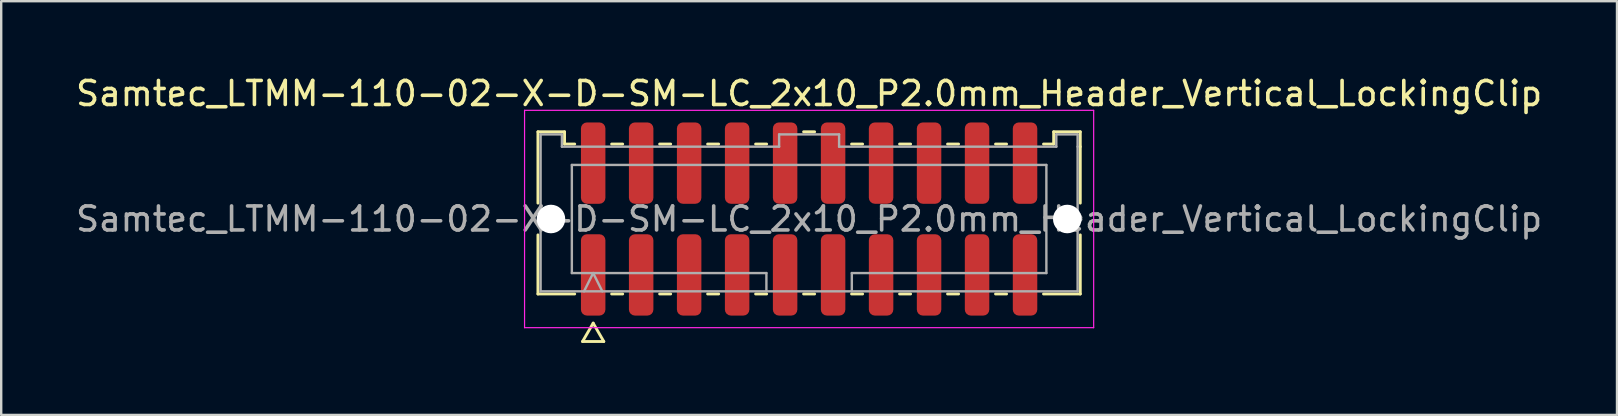
<source format=kicad_pcb>
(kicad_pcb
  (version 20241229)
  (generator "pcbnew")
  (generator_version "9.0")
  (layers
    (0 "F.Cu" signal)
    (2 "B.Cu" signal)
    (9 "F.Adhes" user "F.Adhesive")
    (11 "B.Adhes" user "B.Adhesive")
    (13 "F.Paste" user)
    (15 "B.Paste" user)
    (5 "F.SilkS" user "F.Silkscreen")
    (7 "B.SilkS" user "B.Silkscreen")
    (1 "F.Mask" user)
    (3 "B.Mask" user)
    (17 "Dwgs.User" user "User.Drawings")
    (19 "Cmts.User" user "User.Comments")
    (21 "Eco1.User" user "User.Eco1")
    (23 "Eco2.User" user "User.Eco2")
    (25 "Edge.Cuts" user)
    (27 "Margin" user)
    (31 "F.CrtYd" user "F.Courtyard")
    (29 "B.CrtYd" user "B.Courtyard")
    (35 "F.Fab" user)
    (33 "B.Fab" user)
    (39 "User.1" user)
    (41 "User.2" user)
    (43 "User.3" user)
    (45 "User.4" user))
  (footprint "Samtec_LTMM-110-02-X-D-SM-LC_2x10_P2.0mm_Header_Vertical_LockingClip"
    (layer "F.Cu")
    (at 30.673 6.078)
    (property "Reference" "Samtec_LTMM-110-02-X-D-SM-LC_2x10_P2.0mm_Header_Vertical_LockingClip" (at 0 -5.23 0) (layer "F.SilkS") (effects (font (size 1 1) (thickness 0.15))))
    (attr smd)
    (fp_line (start -11.302 -3.635) (end -10.193 -3.635) (stroke (width 0.12) (type solid)) (layer "F.SilkS"))
    (fp_line (start -11.302 -0.662) (end -11.302 -3.635) (stroke (width 0.12) (type solid)) (layer "F.SilkS"))
    (fp_line (start -11.302 3.125) (end -11.302 0.662) (stroke (width 0.12) (type solid)) (layer "F.SilkS"))
    (fp_line (start -10.193 -3.635) (end -10.193 -3.125) (stroke (width 0.12) (type solid)) (layer "F.SilkS"))
    (fp_line (start -10.193 -3.125) (end -9.77 -3.125) (stroke (width 0.12) (type solid)) (layer "F.SilkS"))
    (fp_line (start -9.77 3.125) (end -11.302 3.125) (stroke (width 0.12) (type solid)) (layer "F.SilkS"))
    (fp_line (start -9.442 5.105) (end -9 4.34) (stroke (width 0.12) (type solid)) (layer "F.SilkS"))
    (fp_line (start -9 4.34) (end -8.558 5.105) (stroke (width 0.12) (type solid)) (layer "F.SilkS"))
    (fp_line (start -8.558 5.105) (end -9.442 5.105) (stroke (width 0.12) (type solid)) (layer "F.SilkS"))
    (fp_line (start -8.23 -3.125) (end -7.77 -3.125) (stroke (width 0.12) (type solid)) (layer "F.SilkS"))
    (fp_line (start -7.77 3.125) (end -8.23 3.125) (stroke (width 0.12) (type solid)) (layer "F.SilkS"))
    (fp_line (start -6.23 -3.125) (end -5.77 -3.125) (stroke (width 0.12) (type solid)) (layer "F.SilkS"))
    (fp_line (start -5.77 3.125) (end -6.23 3.125) (stroke (width 0.12) (type solid)) (layer "F.SilkS"))
    (fp_line (start -4.23 -3.125) (end -3.77 -3.125) (stroke (width 0.12) (type solid)) (layer "F.SilkS"))
    (fp_line (start -3.77 3.125) (end -4.23 3.125) (stroke (width 0.12) (type solid)) (layer "F.SilkS"))
    (fp_line (start -2.23 -3.125) (end -1.77 -3.125) (stroke (width 0.12) (type solid)) (layer "F.SilkS"))
    (fp_line (start -1.77 3.125) (end -2.23 3.125) (stroke (width 0.12) (type solid)) (layer "F.SilkS"))
    (fp_line (start -0.23 -3.635) (end 0.23 -3.635) (stroke (width 0.12) (type solid)) (layer "F.SilkS"))
    (fp_line (start 0.23 3.125) (end -0.23 3.125) (stroke (width 0.12) (type solid)) (layer "F.SilkS"))
    (fp_line (start 1.77 -3.125) (end 2.23 -3.125) (stroke (width 0.12) (type solid)) (layer "F.SilkS"))
    (fp_line (start 2.23 3.125) (end 1.77 3.125) (stroke (width 0.12) (type solid)) (layer "F.SilkS"))
    (fp_line (start 3.77 -3.125) (end 4.23 -3.125) (stroke (width 0.12) (type solid)) (layer "F.SilkS"))
    (fp_line (start 4.23 3.125) (end 3.77 3.125) (stroke (width 0.12) (type solid)) (layer "F.SilkS"))
    (fp_line (start 5.77 -3.125) (end 6.23 -3.125) (stroke (width 0.12) (type solid)) (layer "F.SilkS"))
    (fp_line (start 6.23 3.125) (end 5.77 3.125) (stroke (width 0.12) (type solid)) (layer "F.SilkS"))
    (fp_line (start 7.77 -3.125) (end 8.23 -3.125) (stroke (width 0.12) (type solid)) (layer "F.SilkS"))
    (fp_line (start 8.23 3.125) (end 7.77 3.125) (stroke (width 0.12) (type solid)) (layer "F.SilkS"))
    (fp_line (start 9.77 -3.125) (end 10.193 -3.125) (stroke (width 0.12) (type solid)) (layer "F.SilkS"))
    (fp_line (start 10.193 -3.635) (end 11.302 -3.635) (stroke (width 0.12) (type solid)) (layer "F.SilkS"))
    (fp_line (start 10.193 -3.125) (end 10.193 -3.635) (stroke (width 0.12) (type solid)) (layer "F.SilkS"))
    (fp_line (start 11.302 -3.635) (end 11.302 -3.015) (stroke (width 0.12) (type solid)) (layer "F.SilkS"))
    (fp_line (start 11.302 -3.015) (end 11.302 -0.662) (stroke (width 0.12) (type solid)) (layer "F.SilkS"))
    (fp_line (start 11.302 0.662) (end 11.302 3.125) (stroke (width 0.12) (type solid)) (layer "F.SilkS"))
    (fp_line (start 11.302 3.125) (end 9.77 3.125) (stroke (width 0.12) (type solid)) (layer "F.SilkS"))
    (fp_line (start -11.86 -4.53) (end -11.86 4.53) (stroke (width 0.05) (type solid)) (layer "F.CrtYd"))
    (fp_line (start -11.86 4.53) (end 11.86 4.53) (stroke (width 0.05) (type solid)) (layer "F.CrtYd"))
    (fp_line (start 11.86 -4.53) (end -11.86 -4.53) (stroke (width 0.05) (type solid)) (layer "F.CrtYd"))
    (fp_line (start 11.86 4.53) (end 11.86 -4.53) (stroke (width 0.05) (type solid)) (layer "F.CrtYd"))
    (fp_line (start -11.191 -3.525) (end -10.303 -3.525) (stroke (width 0.1) (type solid)) (layer "F.Fab"))
    (fp_line (start -11.191 3.015) (end -11.191 -3.525) (stroke (width 0.1) (type solid)) (layer "F.Fab"))
    (fp_line (start -10.303 -3.525) (end -10.303 -3.015) (stroke (width 0.1) (type solid)) (layer "F.Fab"))
    (fp_line (start -10.303 -3.015) (end -1.25 -3.015) (stroke (width 0.1) (type solid)) (layer "F.Fab"))
    (fp_line (start -9.889 -2.253) (end 9.889 -2.253) (stroke (width 0.1) (type solid)) (layer "F.Fab"))
    (fp_line (start -9.889 2.253) (end -9.889 -2.253) (stroke (width 0.1) (type solid)) (layer "F.Fab"))
    (fp_line (start -9.381 3.015) (end -9 2.253) (stroke (width 0.1) (type solid)) (layer "F.Fab"))
    (fp_line (start -9 2.253) (end -8.619 3.015) (stroke (width 0.1) (type solid)) (layer "F.Fab"))
    (fp_line (start -1.78 2.253) (end -9.889 2.253) (stroke (width 0.1) (type solid)) (layer "F.Fab"))
    (fp_line (start -1.78 3.015) (end -1.78 2.253) (stroke (width 0.1) (type solid)) (layer "F.Fab"))
    (fp_line (start -1.25 -3.525) (end 1.25 -3.525) (stroke (width 0.1) (type solid)) (layer "F.Fab"))
    (fp_line (start -1.25 -3.015) (end -1.25 -3.525) (stroke (width 0.1) (type solid)) (layer "F.Fab"))
    (fp_line (start 1.25 -3.525) (end 1.25 -3.015) (stroke (width 0.1) (type solid)) (layer "F.Fab"))
    (fp_line (start 1.25 -3.015) (end 10.303 -3.015) (stroke (width 0.1) (type solid)) (layer "F.Fab"))
    (fp_line (start 1.78 2.253) (end 1.78 3.015) (stroke (width 0.1) (type solid)) (layer "F.Fab"))
    (fp_line (start 9.889 -2.253) (end 9.889 2.253) (stroke (width 0.1) (type solid)) (layer "F.Fab"))
    (fp_line (start 9.889 2.253) (end 1.78 2.253) (stroke (width 0.1) (type solid)) (layer "F.Fab"))
    (fp_line (start 10.303 -3.525) (end 11.191 -3.525) (stroke (width 0.1) (type solid)) (layer "F.Fab"))
    (fp_line (start 10.303 -3.015) (end 10.303 -3.525) (stroke (width 0.1) (type solid)) (layer "F.Fab"))
    (fp_line (start 11.191 -3.525) (end 11.191 -3.015) (stroke (width 0.1) (type solid)) (layer "F.Fab"))
    (fp_line (start 11.191 -3.015) (end 11.191 3.015) (stroke (width 0.1) (type solid)) (layer "F.Fab"))
    (fp_line (start 11.191 3.015) (end -11.191 3.015) (stroke (width 0.1) (type solid)) (layer "F.Fab"))
    (fp_text user "${REFERENCE}" (at 0 0 0) (layer "F.Fab") (effects (font (size 1 1) (thickness 0.15))))
    (pad "" np_thru_hole circle (at -10.76 0) (size 1.19 1.19) (drill 1.19) (layers "*.Cu" "*.Mask"))
    (pad "" np_thru_hole circle (at 10.76 0) (size 1.19 1.19) (drill 1.19) (layers "*.Cu" "*.Mask"))
    (pad "1" smd roundrect (at -9 2.33) (size 1.02 3.39) (layers "F.Cu" "F.Mask" "F.Paste") (roundrect_rratio 0.245))
    (pad "2" smd roundrect (at -9 -2.33) (size 1.02 3.39) (layers "F.Cu" "F.Mask" "F.Paste") (roundrect_rratio 0.245))
    (pad "3" smd roundrect (at -7 2.33) (size 1.02 3.39) (layers "F.Cu" "F.Mask" "F.Paste") (roundrect_rratio 0.245))
    (pad "4" smd roundrect (at -7 -2.33) (size 1.02 3.39) (layers "F.Cu" "F.Mask" "F.Paste") (roundrect_rratio 0.245))
    (pad "5" smd roundrect (at -5 2.33) (size 1.02 3.39) (layers "F.Cu" "F.Mask" "F.Paste") (roundrect_rratio 0.245))
    (pad "6" smd roundrect (at -5 -2.33) (size 1.02 3.39) (layers "F.Cu" "F.Mask" "F.Paste") (roundrect_rratio 0.245))
    (pad "7" smd roundrect (at -3 2.33) (size 1.02 3.39) (layers "F.Cu" "F.Mask" "F.Paste") (roundrect_rratio 0.245))
    (pad "8" smd roundrect (at -3 -2.33) (size 1.02 3.39) (layers "F.Cu" "F.Mask" "F.Paste") (roundrect_rratio 0.245))
    (pad "9" smd roundrect (at -1 2.33) (size 1.02 3.39) (layers "F.Cu" "F.Mask" "F.Paste") (roundrect_rratio 0.245))
    (pad "10" smd roundrect (at -1 -2.33) (size 1.02 3.39) (layers "F.Cu" "F.Mask" "F.Paste") (roundrect_rratio 0.245))
    (pad "11" smd roundrect (at 1 2.33) (size 1.02 3.39) (layers "F.Cu" "F.Mask" "F.Paste") (roundrect_rratio 0.245))
    (pad "12" smd roundrect (at 1 -2.33) (size 1.02 3.39) (layers "F.Cu" "F.Mask" "F.Paste") (roundrect_rratio 0.245))
    (pad "13" smd roundrect (at 3 2.33) (size 1.02 3.39) (layers "F.Cu" "F.Mask" "F.Paste") (roundrect_rratio 0.245))
    (pad "14" smd roundrect (at 3 -2.33) (size 1.02 3.39) (layers "F.Cu" "F.Mask" "F.Paste") (roundrect_rratio 0.245))
    (pad "15" smd roundrect (at 5 2.33) (size 1.02 3.39) (layers "F.Cu" "F.Mask" "F.Paste") (roundrect_rratio 0.245))
    (pad "16" smd roundrect (at 5 -2.33) (size 1.02 3.39) (layers "F.Cu" "F.Mask" "F.Paste") (roundrect_rratio 0.245))
    (pad "17" smd roundrect (at 7 2.33) (size 1.02 3.39) (layers "F.Cu" "F.Mask" "F.Paste") (roundrect_rratio 0.245))
    (pad "18" smd roundrect (at 7 -2.33) (size 1.02 3.39) (layers "F.Cu" "F.Mask" "F.Paste") (roundrect_rratio 0.245))
    (pad "19" smd roundrect (at 9 2.33) (size 1.02 3.39) (layers "F.Cu" "F.Mask" "F.Paste") (roundrect_rratio 0.245))
    (pad "20" smd roundrect (at 9 -2.33) (size 1.02 3.39) (layers "F.Cu" "F.Mask" "F.Paste") (roundrect_rratio 0.245)))
  (gr_rect
    (start -3 -3)
    (end 64.345 14.243)
    (stroke (width 0.1) (type default))
    (fill no)
    (layer "Edge.Cuts")))
</source>
